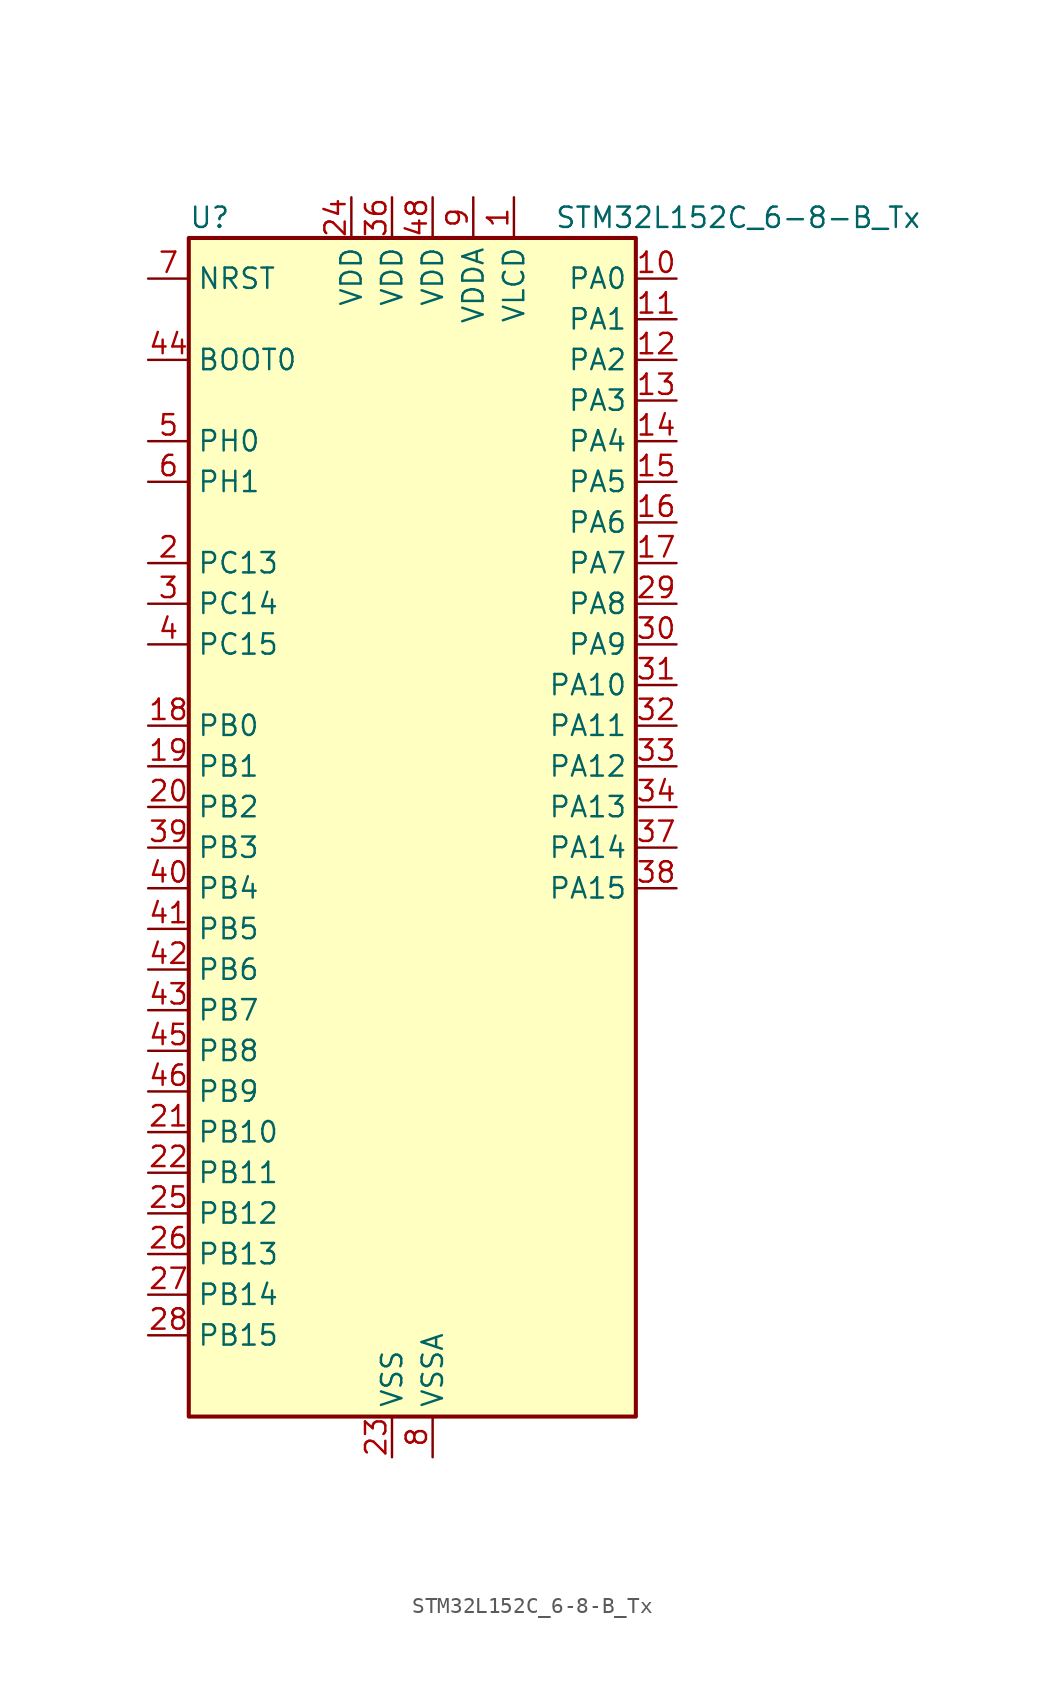
<source format=kicad_sym>
(kicad_symbol_lib
  (version 20231120)
  (generator "kicad-library-utils")
  (generator_version "8.0")
  (symbol "STM32L152C_6-8-B_Tx"
    (property "Reference" "U"
      (at -12.7 39.37 0)
      (effects (font (size 1.27 1.27)) (justify left)))
    (property "Value" "STM32L152C_6-8-B_Tx"
      (at 10.16 39.37 0)
      (effects (font (size 1.27 1.27)) (justify left)))
    (symbol "STM32L152C_6-8-B_Tx_0_1"
      (rectangle (start -12.7 -35.56) (end 15.24 38.1) (stroke (width 0.254) (type default)) (fill (type background))))
    (symbol "STM32L152C_6-8-B_Tx_1_1"
      (pin power_in line (at 7.62 40.64 270) (length 2.54) (name "VLCD" (effects (font (size 1.27 1.27)))) (number "1" (effects (font (size 1.27 1.27)))))
      (pin bidirectional line (at 17.78 35.56 180) (length 2.54) (name "PA0" (effects (font (size 1.27 1.27)))) (number "10" (effects (font (size 1.27 1.27)))) (alternate "ADC_IN0" bidirectional line) (alternate "COMP1_INP" bidirectional line) (alternate "SYS_WKUP1" bidirectional line) (alternate "TIM2_CH1" bidirectional line) (alternate "TIM2_ETR" bidirectional line) (alternate "TIMX_IC1" bidirectional line) (alternate "TS_G1_IO1" bidirectional line) (alternate "USART2_CTS" bidirectional line))
      (pin bidirectional line (at 17.78 33.02 180) (length 2.54) (name "PA1" (effects (font (size 1.27 1.27)))) (number "11" (effects (font (size 1.27 1.27)))) (alternate "ADC_IN1" bidirectional line) (alternate "COMP1_INP" bidirectional line) (alternate "LCD_SEG0" bidirectional line) (alternate "TIM2_CH2" bidirectional line) (alternate "TIMX_IC2" bidirectional line) (alternate "TS_G1_IO2" bidirectional line) (alternate "USART2_RTS" bidirectional line))
      (pin bidirectional line (at 17.78 30.48 180) (length 2.54) (name "PA2" (effects (font (size 1.27 1.27)))) (number "12" (effects (font (size 1.27 1.27)))) (alternate "ADC_IN2" bidirectional line) (alternate "COMP1_INP" bidirectional line) (alternate "LCD_SEG1" bidirectional line) (alternate "TIM2_CH3" bidirectional line) (alternate "TIM9_CH1" bidirectional line) (alternate "TIMX_IC3" bidirectional line) (alternate "TS_G1_IO3" bidirectional line) (alternate "USART2_TX" bidirectional line))
      (pin bidirectional line (at 17.78 27.94 180) (length 2.54) (name "PA3" (effects (font (size 1.27 1.27)))) (number "13" (effects (font (size 1.27 1.27)))) (alternate "ADC_IN3" bidirectional line) (alternate "COMP1_INP" bidirectional line) (alternate "LCD_SEG2" bidirectional line) (alternate "TIM2_CH4" bidirectional line) (alternate "TIM9_CH2" bidirectional line) (alternate "TIMX_IC4" bidirectional line) (alternate "TS_G1_IO4" bidirectional line) (alternate "USART2_RX" bidirectional line))
      (pin bidirectional line (at 17.78 25.4 180) (length 2.54) (name "PA4" (effects (font (size 1.27 1.27)))) (number "14" (effects (font (size 1.27 1.27)))) (alternate "ADC_IN4" bidirectional line) (alternate "COMP1_INP" bidirectional line) (alternate "DAC_OUT1" bidirectional line) (alternate "SPI1_NSS" bidirectional line) (alternate "TIMX_IC1" bidirectional line) (alternate "USART2_CK" bidirectional line))
      (pin bidirectional line (at 17.78 22.86 180) (length 2.54) (name "PA5" (effects (font (size 1.27 1.27)))) (number "15" (effects (font (size 1.27 1.27)))) (alternate "ADC_IN5" bidirectional line) (alternate "COMP1_INP" bidirectional line) (alternate "DAC_OUT2" bidirectional line) (alternate "SPI1_SCK" bidirectional line) (alternate "TIM2_CH1" bidirectional line) (alternate "TIM2_ETR" bidirectional line) (alternate "TIMX_IC2" bidirectional line))
      (pin bidirectional line (at 17.78 20.32 180) (length 2.54) (name "PA6" (effects (font (size 1.27 1.27)))) (number "16" (effects (font (size 1.27 1.27)))) (alternate "ADC_IN6" bidirectional line) (alternate "COMP1_INP" bidirectional line) (alternate "LCD_SEG3" bidirectional line) (alternate "SPI1_MISO" bidirectional line) (alternate "TIM10_CH1" bidirectional line) (alternate "TIM3_CH1" bidirectional line) (alternate "TIMX_IC3" bidirectional line) (alternate "TS_G2_IO1" bidirectional line))
      (pin bidirectional line (at 17.78 17.78 180) (length 2.54) (name "PA7" (effects (font (size 1.27 1.27)))) (number "17" (effects (font (size 1.27 1.27)))) (alternate "ADC_IN7" bidirectional line) (alternate "COMP1_INP" bidirectional line) (alternate "LCD_SEG4" bidirectional line) (alternate "SPI1_MOSI" bidirectional line) (alternate "TIM11_CH1" bidirectional line) (alternate "TIM3_CH2" bidirectional line) (alternate "TIMX_IC4" bidirectional line) (alternate "TS_G2_IO2" bidirectional line))
      (pin bidirectional line (at -15.24 7.62 0) (length 2.54) (name "PB0" (effects (font (size 1.27 1.27)))) (number "18" (effects (font (size 1.27 1.27)))) (alternate "ADC_IN8" bidirectional line) (alternate "COMP1_INP" bidirectional line) (alternate "LCD_SEG5" bidirectional line) (alternate "SYS_V_REF_OUT" bidirectional line) (alternate "TIM3_CH3" bidirectional line) (alternate "TS_G3_IO1" bidirectional line))
      (pin bidirectional line (at -15.24 5.08 0) (length 2.54) (name "PB1" (effects (font (size 1.27 1.27)))) (number "19" (effects (font (size 1.27 1.27)))) (alternate "ADC_IN9" bidirectional line) (alternate "COMP1_INP" bidirectional line) (alternate "LCD_SEG6" bidirectional line) (alternate "SYS_V_REF_OUT" bidirectional line) (alternate "TIM3_CH4" bidirectional line) (alternate "TS_G3_IO2" bidirectional line))
      (pin bidirectional line (at -15.24 17.78 0) (length 2.54) (name "PC13" (effects (font (size 1.27 1.27)))) (number "2" (effects (font (size 1.27 1.27)))) (alternate "RTC_OUT_ALARM" bidirectional line) (alternate "RTC_OUT_CALIB" bidirectional line) (alternate "RTC_TAMP1" bidirectional line) (alternate "RTC_TS" bidirectional line) (alternate "SYS_WKUP2" bidirectional line) (alternate "TIMX_IC2" bidirectional line))
      (pin bidirectional line (at -15.24 2.54 0) (length 2.54) (name "PB2" (effects (font (size 1.27 1.27)))) (number "20" (effects (font (size 1.27 1.27)))))
      (pin bidirectional line (at -15.24 -17.78 0) (length 2.54) (name "PB10" (effects (font (size 1.27 1.27)))) (number "21" (effects (font (size 1.27 1.27)))) (alternate "I2C2_SCL" bidirectional line) (alternate "LCD_SEG10" bidirectional line) (alternate "TIM2_CH3" bidirectional line) (alternate "USART3_TX" bidirectional line))
      (pin bidirectional line (at -15.24 -20.32 0) (length 2.54) (name "PB11" (effects (font (size 1.27 1.27)))) (number "22" (effects (font (size 1.27 1.27)))) (alternate "ADC_EXTI11" bidirectional line) (alternate "I2C2_SDA" bidirectional line) (alternate "LCD_SEG11" bidirectional line) (alternate "TIM2_CH4" bidirectional line) (alternate "USART3_RX" bidirectional line))
      (pin power_in line (at 0 -38.1 90) (length 2.54) (name "VSS" (effects (font (size 1.27 1.27)))) (number "23" (effects (font (size 1.27 1.27)))))
      (pin power_in line (at -2.54 40.64 270) (length 2.54) (name "VDD" (effects (font (size 1.27 1.27)))) (number "24" (effects (font (size 1.27 1.27)))))
      (pin bidirectional line (at -15.24 -22.86 0) (length 2.54) (name "PB12" (effects (font (size 1.27 1.27)))) (number "25" (effects (font (size 1.27 1.27)))) (alternate "ADC_IN18" bidirectional line) (alternate "COMP1_INP" bidirectional line) (alternate "I2C2_SMBA" bidirectional line) (alternate "LCD_SEG12" bidirectional line) (alternate "SPI2_NSS" bidirectional line) (alternate "TIM10_CH1" bidirectional line) (alternate "TS_G7_IO1" bidirectional line) (alternate "USART3_CK" bidirectional line))
      (pin bidirectional line (at -15.24 -25.4 0) (length 2.54) (name "PB13" (effects (font (size 1.27 1.27)))) (number "26" (effects (font (size 1.27 1.27)))) (alternate "ADC_IN19" bidirectional line) (alternate "COMP1_INP" bidirectional line) (alternate "LCD_SEG13" bidirectional line) (alternate "SPI2_SCK" bidirectional line) (alternate "TIM9_CH1" bidirectional line) (alternate "TS_G7_IO2" bidirectional line) (alternate "USART3_CTS" bidirectional line))
      (pin bidirectional line (at -15.24 -27.94 0) (length 2.54) (name "PB14" (effects (font (size 1.27 1.27)))) (number "27" (effects (font (size 1.27 1.27)))) (alternate "ADC_IN20" bidirectional line) (alternate "COMP1_INP" bidirectional line) (alternate "LCD_SEG14" bidirectional line) (alternate "SPI2_MISO" bidirectional line) (alternate "TIM9_CH2" bidirectional line) (alternate "TS_G7_IO3" bidirectional line) (alternate "USART3_RTS" bidirectional line))
      (pin bidirectional line (at -15.24 -30.48 0) (length 2.54) (name "PB15" (effects (font (size 1.27 1.27)))) (number "28" (effects (font (size 1.27 1.27)))) (alternate "ADC_EXTI15" bidirectional line) (alternate "ADC_IN21" bidirectional line) (alternate "COMP1_INP" bidirectional line) (alternate "LCD_SEG15" bidirectional line) (alternate "RTC_REFIN" bidirectional line) (alternate "SPI2_MOSI" bidirectional line) (alternate "TIM11_CH1" bidirectional line) (alternate "TS_G7_IO4" bidirectional line))
      (pin bidirectional line (at 17.78 15.24 180) (length 2.54) (name "PA8" (effects (font (size 1.27 1.27)))) (number "29" (effects (font (size 1.27 1.27)))) (alternate "LCD_COM0" bidirectional line) (alternate "RCC_MCO" bidirectional line) (alternate "TIMX_IC1" bidirectional line) (alternate "TS_G4_IO1" bidirectional line) (alternate "USART1_CK" bidirectional line))
      (pin bidirectional line (at -15.24 15.24 0) (length 2.54) (name "PC14" (effects (font (size 1.27 1.27)))) (number "3" (effects (font (size 1.27 1.27)))) (alternate "RCC_OSC32_IN" bidirectional line) (alternate "TIMX_IC3" bidirectional line))
      (pin bidirectional line (at 17.78 12.7 180) (length 2.54) (name "PA9" (effects (font (size 1.27 1.27)))) (number "30" (effects (font (size 1.27 1.27)))) (alternate "DAC_EXTI9" bidirectional line) (alternate "LCD_COM1" bidirectional line) (alternate "TIMX_IC2" bidirectional line) (alternate "TS_G4_IO2" bidirectional line) (alternate "USART1_TX" bidirectional line))
      (pin bidirectional line (at 17.78 10.16 180) (length 2.54) (name "PA10" (effects (font (size 1.27 1.27)))) (number "31" (effects (font (size 1.27 1.27)))) (alternate "LCD_COM2" bidirectional line) (alternate "TIMX_IC3" bidirectional line) (alternate "TS_G4_IO3" bidirectional line) (alternate "USART1_RX" bidirectional line))
      (pin bidirectional line (at 17.78 7.62 180) (length 2.54) (name "PA11" (effects (font (size 1.27 1.27)))) (number "32" (effects (font (size 1.27 1.27)))) (alternate "ADC_EXTI11" bidirectional line) (alternate "SPI1_MISO" bidirectional line) (alternate "TIMX_IC4" bidirectional line) (alternate "USART1_CTS" bidirectional line) (alternate "USB_DM" bidirectional line))
      (pin bidirectional line (at 17.78 5.08 180) (length 2.54) (name "PA12" (effects (font (size 1.27 1.27)))) (number "33" (effects (font (size 1.27 1.27)))) (alternate "SPI1_MOSI" bidirectional line) (alternate "TIMX_IC1" bidirectional line) (alternate "USART1_RTS" bidirectional line) (alternate "USB_DP" bidirectional line))
      (pin bidirectional line (at 17.78 2.54 180) (length 2.54) (name "PA13" (effects (font (size 1.27 1.27)))) (number "34" (effects (font (size 1.27 1.27)))) (alternate "SYS_JTMS-SWDIO" bidirectional line) (alternate "TIMX_IC2" bidirectional line) (alternate "TS_G5_IO1" bidirectional line))
      (pin passive line (at 0 -38.1 90) (length 2.54) hide (name "VSS" (effects (font (size 1.27 1.27)))) (number "35" (effects (font (size 1.27 1.27)))))
      (pin power_in line (at 0 40.64 270) (length 2.54) (name "VDD" (effects (font (size 1.27 1.27)))) (number "36" (effects (font (size 1.27 1.27)))))
      (pin bidirectional line (at 17.78 0 180) (length 2.54) (name "PA14" (effects (font (size 1.27 1.27)))) (number "37" (effects (font (size 1.27 1.27)))) (alternate "SYS_JTCK-SWCLK" bidirectional line) (alternate "TIMX_IC3" bidirectional line) (alternate "TS_G5_IO2" bidirectional line))
      (pin bidirectional line (at 17.78 -2.54 180) (length 2.54) (name "PA15" (effects (font (size 1.27 1.27)))) (number "38" (effects (font (size 1.27 1.27)))) (alternate "ADC_EXTI15" bidirectional line) (alternate "LCD_SEG17" bidirectional line) (alternate "SPI1_NSS" bidirectional line) (alternate "SYS_JTDI" bidirectional line) (alternate "TIM2_CH1" bidirectional line) (alternate "TIM2_ETR" bidirectional line) (alternate "TIMX_IC4" bidirectional line) (alternate "TS_G5_IO3" bidirectional line))
      (pin bidirectional line (at -15.24 0 0) (length 2.54) (name "PB3" (effects (font (size 1.27 1.27)))) (number "39" (effects (font (size 1.27 1.27)))) (alternate "COMP2_INM" bidirectional line) (alternate "LCD_SEG7" bidirectional line) (alternate "SPI1_SCK" bidirectional line) (alternate "SYS_JTDO-TRACESWO" bidirectional line) (alternate "TIM2_CH2" bidirectional line))
      (pin bidirectional line (at -15.24 12.7 0) (length 2.54) (name "PC15" (effects (font (size 1.27 1.27)))) (number "4" (effects (font (size 1.27 1.27)))) (alternate "ADC_EXTI15" bidirectional line) (alternate "RCC_OSC32_OUT" bidirectional line) (alternate "TIMX_IC4" bidirectional line))
      (pin bidirectional line (at -15.24 -2.54 0) (length 2.54) (name "PB4" (effects (font (size 1.27 1.27)))) (number "40" (effects (font (size 1.27 1.27)))) (alternate "COMP2_INP" bidirectional line) (alternate "LCD_SEG8" bidirectional line) (alternate "SPI1_MISO" bidirectional line) (alternate "SYS_JTRST" bidirectional line) (alternate "TIM3_CH1" bidirectional line) (alternate "TS_G6_IO1" bidirectional line))
      (pin bidirectional line (at -15.24 -5.08 0) (length 2.54) (name "PB5" (effects (font (size 1.27 1.27)))) (number "41" (effects (font (size 1.27 1.27)))) (alternate "COMP2_INP" bidirectional line) (alternate "I2C1_SMBA" bidirectional line) (alternate "LCD_SEG9" bidirectional line) (alternate "SPI1_MOSI" bidirectional line) (alternate "TIM3_CH2" bidirectional line) (alternate "TS_G6_IO2" bidirectional line))
      (pin bidirectional line (at -15.24 -7.62 0) (length 2.54) (name "PB6" (effects (font (size 1.27 1.27)))) (number "42" (effects (font (size 1.27 1.27)))) (alternate "I2C1_SCL" bidirectional line) (alternate "TIM4_CH1" bidirectional line) (alternate "USART1_TX" bidirectional line))
      (pin bidirectional line (at -15.24 -10.16 0) (length 2.54) (name "PB7" (effects (font (size 1.27 1.27)))) (number "43" (effects (font (size 1.27 1.27)))) (alternate "I2C1_SDA" bidirectional line) (alternate "SYS_PVD_IN" bidirectional line) (alternate "TIM4_CH2" bidirectional line) (alternate "USART1_RX" bidirectional line))
      (pin input line (at -15.24 30.48 0) (length 2.54) (name "BOOT0" (effects (font (size 1.27 1.27)))) (number "44" (effects (font (size 1.27 1.27)))))
      (pin bidirectional line (at -15.24 -12.7 0) (length 2.54) (name "PB8" (effects (font (size 1.27 1.27)))) (number "45" (effects (font (size 1.27 1.27)))) (alternate "I2C1_SCL" bidirectional line) (alternate "LCD_SEG16" bidirectional line) (alternate "TIM10_CH1" bidirectional line) (alternate "TIM4_CH3" bidirectional line))
      (pin bidirectional line (at -15.24 -15.24 0) (length 2.54) (name "PB9" (effects (font (size 1.27 1.27)))) (number "46" (effects (font (size 1.27 1.27)))) (alternate "DAC_EXTI9" bidirectional line) (alternate "I2C1_SDA" bidirectional line) (alternate "LCD_COM3" bidirectional line) (alternate "TIM11_CH1" bidirectional line) (alternate "TIM4_CH4" bidirectional line))
      (pin passive line (at 0 -38.1 90) (length 2.54) hide (name "VSS" (effects (font (size 1.27 1.27)))) (number "47" (effects (font (size 1.27 1.27)))))
      (pin power_in line (at 2.54 40.64 270) (length 2.54) (name "VDD" (effects (font (size 1.27 1.27)))) (number "48" (effects (font (size 1.27 1.27)))))
      (pin bidirectional line (at -15.24 25.4 0) (length 2.54) (name "PH0" (effects (font (size 1.27 1.27)))) (number "5" (effects (font (size 1.27 1.27)))) (alternate "RCC_OSC_IN" bidirectional line))
      (pin bidirectional line (at -15.24 22.86 0) (length 2.54) (name "PH1" (effects (font (size 1.27 1.27)))) (number "6" (effects (font (size 1.27 1.27)))) (alternate "RCC_OSC_OUT" bidirectional line))
      (pin input line (at -15.24 35.56 0) (length 2.54) (name "NRST" (effects (font (size 1.27 1.27)))) (number "7" (effects (font (size 1.27 1.27)))))
      (pin power_in line (at 2.54 -38.1 90) (length 2.54) (name "VSSA" (effects (font (size 1.27 1.27)))) (number "8" (effects (font (size 1.27 1.27)))))
      (pin power_in line (at 5.08 40.64 270) (length 2.54) (name "VDDA" (effects (font (size 1.27 1.27)))) (number "9" (effects (font (size 1.27 1.27))))))))
</source>
